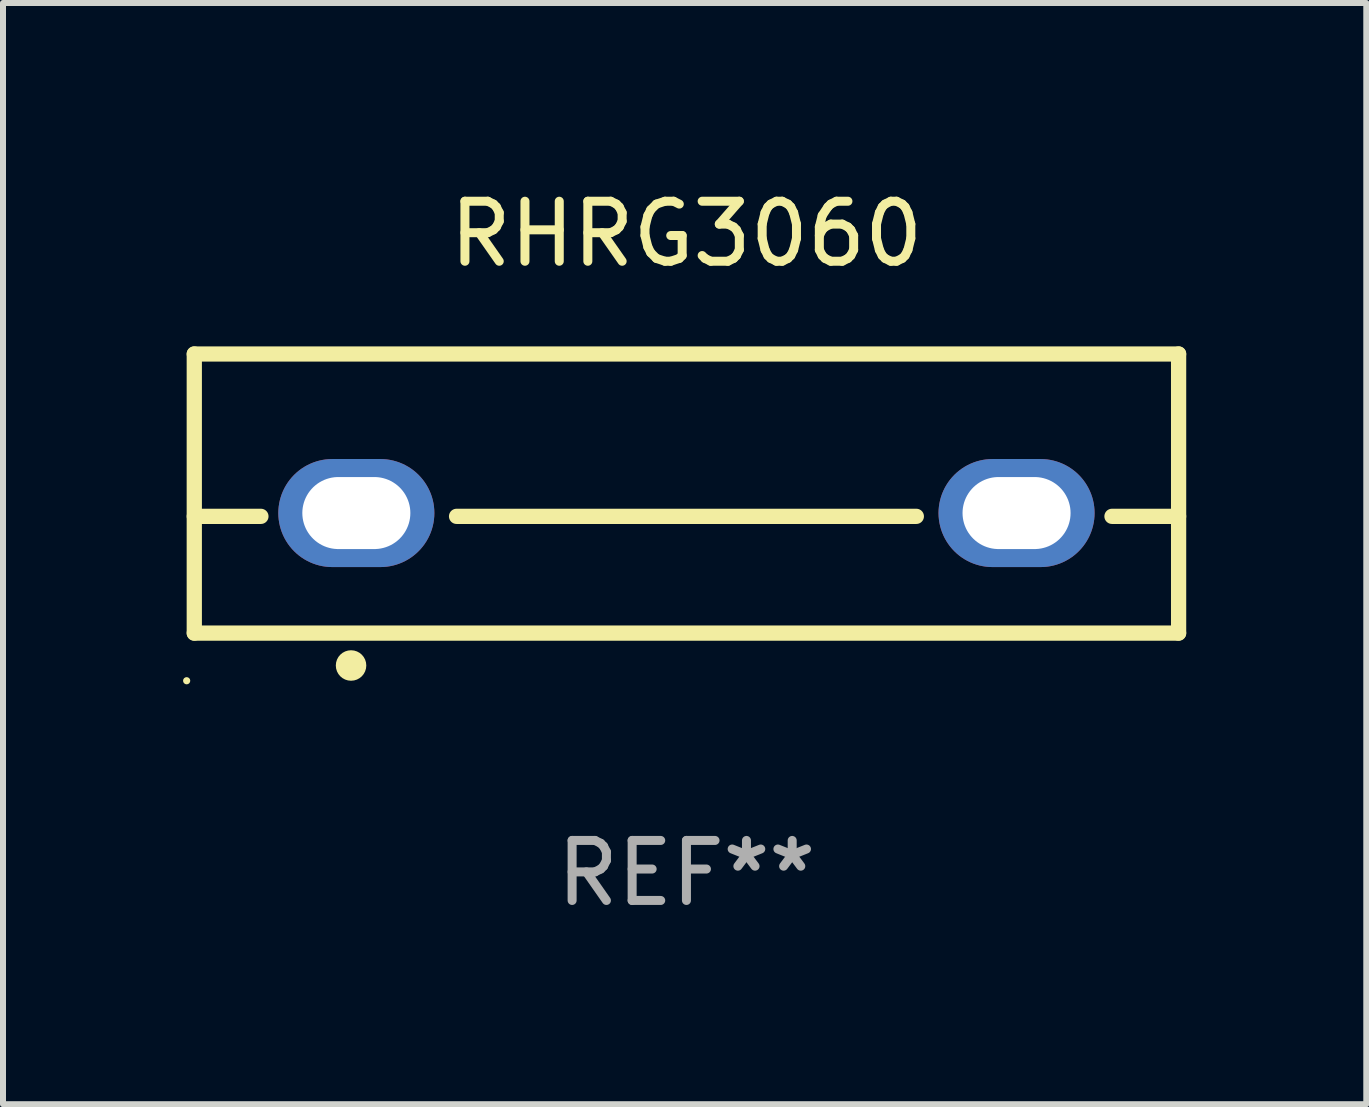
<source format=kicad_pcb>
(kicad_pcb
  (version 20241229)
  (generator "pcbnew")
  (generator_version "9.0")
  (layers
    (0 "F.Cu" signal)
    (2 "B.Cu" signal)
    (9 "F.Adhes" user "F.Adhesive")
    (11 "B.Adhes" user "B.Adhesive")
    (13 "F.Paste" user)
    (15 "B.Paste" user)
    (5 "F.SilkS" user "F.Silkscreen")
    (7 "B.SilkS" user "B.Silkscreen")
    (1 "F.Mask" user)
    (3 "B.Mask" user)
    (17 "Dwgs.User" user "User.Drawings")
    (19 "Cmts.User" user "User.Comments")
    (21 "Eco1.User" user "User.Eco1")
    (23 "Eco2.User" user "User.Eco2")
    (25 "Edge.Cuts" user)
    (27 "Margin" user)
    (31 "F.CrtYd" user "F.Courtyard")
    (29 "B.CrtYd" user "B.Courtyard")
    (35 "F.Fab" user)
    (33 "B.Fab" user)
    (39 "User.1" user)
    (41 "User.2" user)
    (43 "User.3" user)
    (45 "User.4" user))
  (footprint "RHRG3060"
    (layer "F.Cu")
    (at 8.387 5.173)
    (property "Reference" "RHRG3060" (at 0 -4.325 0) (layer "F.SilkS") (effects (font (size 1 1) (thickness 0.15))))
    (attr through_hole)
    (fp_line (start -8.2 -2.325) (end -8.2 2.325) (stroke (width 0.254) (type solid)) (layer "F.SilkS"))
    (fp_line (start -8.2 -2.325) (end 8.2 -2.325) (stroke (width 0.254) (type solid)) (layer "F.SilkS"))
    (fp_line (start -8.2 0.38) (end -7.09 0.38) (stroke (width 0.254) (type solid)) (layer "F.SilkS"))
    (fp_line (start -8.2 2.325) (end 8.2 2.325) (stroke (width 0.254) (type solid)) (layer "F.SilkS"))
    (fp_line (start -3.83 0.38) (end 3.83 0.38) (stroke (width 0.254) (type solid)) (layer "F.SilkS"))
    (fp_line (start 7.09 0.38) (end 8.2 0.38) (stroke (width 0.254) (type solid)) (layer "F.SilkS"))
    (fp_line (start 8.2 -2.325) (end 8.2 2.325) (stroke (width 0.254) (type solid)) (layer "F.SilkS"))
    (fp_circle (center -8.327 3.119) (end -8.297 3.119) (stroke (width 0.06) (type solid)) (fill no) (layer "F.SilkS"))
    (fp_circle (center -5.588 2.865) (end -5.461 2.865) (stroke (width 0.254) (type solid)) (fill no) (layer "F.SilkS"))
    (fp_text user "REF**" (at 0 6.325 0) (layer "F.Fab") (effects (font (size 1 1) (thickness 0.15))))
    (pad "1" thru_hole oval (at -5.5 0.325) (size 2.6 1.8) (drill oval 1.8 1.2) (layers "*.Cu" "*.Mask"))
    (pad "3" thru_hole oval (at 5.5 0.325) (size 2.6 1.8) (drill oval 1.8 1.2) (layers "*.Cu" "*.Mask")))
  (gr_rect
    (start -3 -3)
    (end 19.714 15.347)
    (stroke (width 0.1) (type default))
    (fill no)
    (layer "Edge.Cuts")))
</source>
